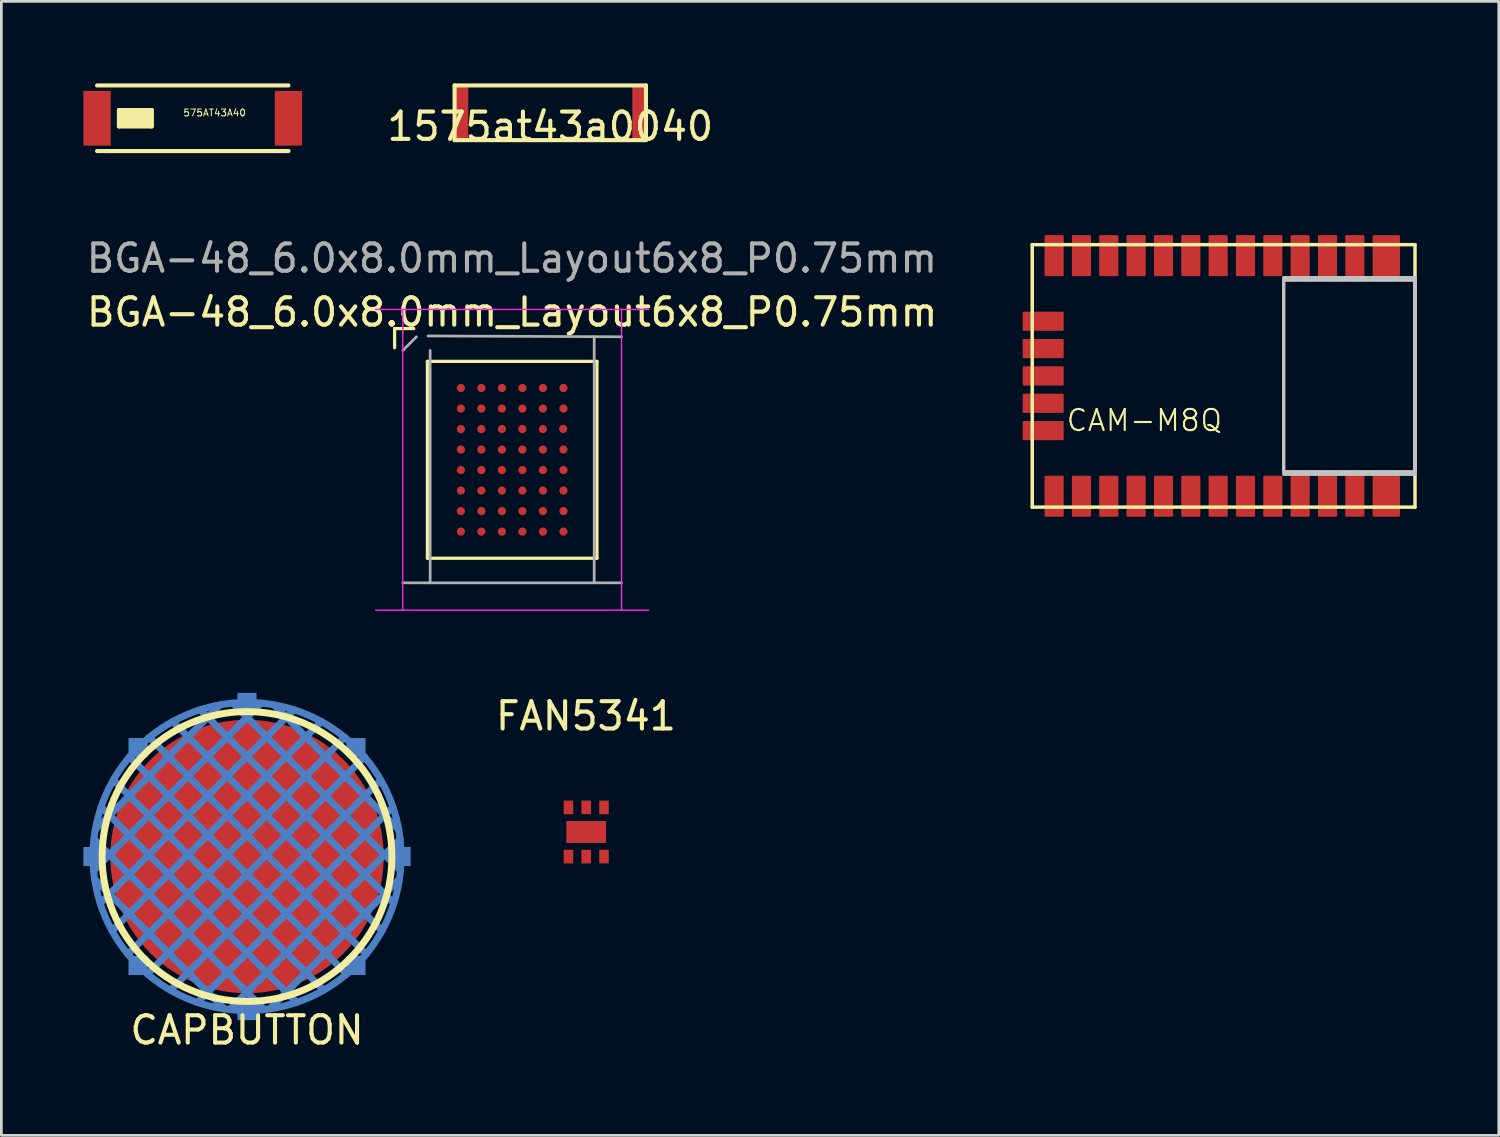
<source format=kicad_pcb>
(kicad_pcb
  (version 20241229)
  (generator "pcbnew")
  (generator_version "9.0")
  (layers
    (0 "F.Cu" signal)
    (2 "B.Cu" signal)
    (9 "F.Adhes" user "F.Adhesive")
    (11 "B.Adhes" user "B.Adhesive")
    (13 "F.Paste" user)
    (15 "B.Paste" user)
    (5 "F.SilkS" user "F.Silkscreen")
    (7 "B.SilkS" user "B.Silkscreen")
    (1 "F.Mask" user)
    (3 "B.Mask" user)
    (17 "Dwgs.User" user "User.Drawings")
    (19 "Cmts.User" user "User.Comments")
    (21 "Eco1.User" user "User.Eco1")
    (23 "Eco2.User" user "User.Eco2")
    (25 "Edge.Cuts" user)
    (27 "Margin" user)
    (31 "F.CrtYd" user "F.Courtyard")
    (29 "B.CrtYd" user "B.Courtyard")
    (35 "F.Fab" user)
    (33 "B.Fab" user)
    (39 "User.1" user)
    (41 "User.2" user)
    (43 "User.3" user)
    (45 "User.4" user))
  (footprint "CAPBUTTON"
    (layer "F.Cu")
    (at 5.985 28.278)
    (property "Reference" "CAPBUTTON" (at 0 6.35 0) (layer "F.SilkS") (effects (font (size 1 1) (thickness 0.15))))
    (attr through_hole)
    (fp_line (start -5.611 0.516) (end 0.516 -5.611) (stroke (width 0.254) (type solid)) (layer "B.Cu"))
    (fp_line (start -5.548 -0.984) (end -0.984 -5.548) (stroke (width 0.254) (type solid)) (layer "B.Cu"))
    (fp_line (start -5.369 1.711) (end 1.711 -5.369) (stroke (width 0.254) (type solid)) (layer "B.Cu"))
    (fp_line (start -4.937 2.716) (end 2.716 -4.937) (stroke (width 0.254) (type solid)) (layer "B.Cu"))
    (fp_line (start -4.358 3.573) (end 3.573 -4.358) (stroke (width 0.254) (type solid)) (layer "B.Cu"))
    (fp_line (start -3.645 4.297) (end 4.297 -3.645) (stroke (width 0.254) (type solid)) (layer "B.Cu"))
    (fp_line (start -2.801 4.89) (end 4.89 -2.801) (stroke (width 0.254) (type solid)) (layer "B.Cu"))
    (fp_line (start -1.811 5.336) (end 5.336 -1.811) (stroke (width 0.254) (type solid)) (layer "B.Cu"))
    (fp_line (start -0.825 5.574) (end -5.574 0.825) (stroke (width 0.254) (type solid)) (layer "B.Cu"))
    (fp_line (start -0.636 5.599) (end 5.599 -0.636) (stroke (width 0.254) (type solid)) (layer "B.Cu"))
    (fp_line (start 0.636 5.599) (end -5.599 -0.636) (stroke (width 0.254) (type solid)) (layer "B.Cu"))
    (fp_line (start 0.825 5.574) (end 5.574 0.825) (stroke (width 0.254) (type solid)) (layer "B.Cu"))
    (fp_line (start 1.811 5.336) (end -5.336 -1.811) (stroke (width 0.254) (type solid)) (layer "B.Cu"))
    (fp_line (start 2.801 4.89) (end -4.89 -2.801) (stroke (width 0.254) (type solid)) (layer "B.Cu"))
    (fp_line (start 3.645 4.297) (end -4.297 -3.645) (stroke (width 0.254) (type solid)) (layer "B.Cu"))
    (fp_line (start 4.358 3.573) (end -3.573 -4.358) (stroke (width 0.254) (type solid)) (layer "B.Cu"))
    (fp_line (start 4.937 2.716) (end -2.716 -4.937) (stroke (width 0.254) (type solid)) (layer "B.Cu"))
    (fp_line (start 5.369 1.711) (end -1.711 -5.369) (stroke (width 0.254) (type solid)) (layer "B.Cu"))
    (fp_line (start 5.548 -0.984) (end 0.984 -5.548) (stroke (width 0.254) (type solid)) (layer "B.Cu"))
    (fp_line (start 5.611 0.516) (end -0.516 -5.611) (stroke (width 0.254) (type solid)) (layer "B.Cu"))
    (fp_circle (center 0 0) (end -5.635 0) (stroke (width 0.254) (type solid)) (fill no) (layer "B.Cu"))
    (fp_circle (center 0 0) (end -5.3 0) (stroke (width 0.254) (type solid)) (fill no) (layer "F.SilkS"))
    (pad "1" smd circle (at 0 0) (size 10 10) (layers "F.Cu"))
    (pad "2" smd rect (at -5.635 0) (size 0.7 0.7) (layers "B.Cu"))
    (pad "2" smd rect (at -3.985 -3.985 90) (size 0.7 0.7) (layers "B.Cu"))
    (pad "2" smd rect (at -3.985 3.985) (size 0.7 0.7) (layers "B.Cu"))
    (pad "2" smd rect (at 0 -5.635) (size 0.7 0.7) (layers "B.Cu"))
    (pad "2" smd rect (at 0 5.635) (size 0.7 0.7) (layers "B.Cu"))
    (pad "2" smd rect (at 3.985 -3.985) (size 0.7 0.7) (layers "B.Cu"))
    (pad "2" smd rect (at 3.985 3.985) (size 0.7 0.7) (layers "B.Cu"))
    (pad "2" smd rect (at 5.635 0) (size 0.7 0.7) (layers "B.Cu")))
  (footprint "575AT43A40"
    (layer "F.Cu")
    (at 4 1.275)
    (property "Reference" "575AT43A40" (at 0.8 -0.2 0) (layer "F.SilkS") (effects (font (size 0.25 0.25) (thickness 0.037))))
    (attr through_hole)
    (fp_line (start -3.5 -1.2) (end 3.5 -1.2) (stroke (width 0.15) (type solid)) (layer "F.SilkS"))
    (fp_line (start -3.5 1.2) (end 3.5 1.2) (stroke (width 0.15) (type solid)) (layer "F.SilkS"))
    (fp_line (start -2.7 -0.3) (end -1.5 -0.3) (stroke (width 0.15) (type solid)) (layer "F.SilkS"))
    (fp_line (start -2.7 -0.2) (end -1.5 -0.2) (stroke (width 0.15) (type solid)) (layer "F.SilkS"))
    (fp_line (start -2.7 0) (end -1.5 0) (stroke (width 0.15) (type solid)) (layer "F.SilkS"))
    (fp_line (start -2.7 0.2) (end -1.5 0.2) (stroke (width 0.15) (type solid)) (layer "F.SilkS"))
    (fp_line (start -2.7 0.3) (end -2.7 -0.3) (stroke (width 0.15) (type solid)) (layer "F.SilkS"))
    (fp_line (start -1.5 -0.3) (end -1.5 0.3) (stroke (width 0.15) (type solid)) (layer "F.SilkS"))
    (fp_line (start -1.5 -0.1) (end -2.7 -0.1) (stroke (width 0.15) (type solid)) (layer "F.SilkS"))
    (fp_line (start -1.5 0.1) (end -2.7 0.1) (stroke (width 0.15) (type solid)) (layer "F.SilkS"))
    (fp_line (start -1.5 0.3) (end -2.7 0.3) (stroke (width 0.15) (type solid)) (layer "F.SilkS"))
    (pad "1" smd rect (at -3.5 0) (size 1 2) (layers "F.Cu" "F.Mask" "F.Paste"))
    (pad "2" smd rect (at 3.5 0) (size 1 2) (layers "F.Cu" "F.Mask" "F.Paste")))
  (footprint "BGA-48_6.0x8.0mm_Layout6x8_P0.75mm"
    (layer "F.Cu")
    (at 15.683 13.768)
    (property "Reference" "BGA-48_6.0x8.0mm_Layout6x8_P0.75mm" (at 0 -5.4 180) (layer "F.SilkS") (effects (font (size 1 1) (thickness 0.15))))
    (attr smd)
    (fp_line (start -4.3 -4.8) (end -3.6 -4.8) (stroke (width 0.12) (type solid)) (layer "F.SilkS"))
    (fp_line (start -4.3 -4.1) (end -4.3 -4.8) (stroke (width 0.12) (type solid)) (layer "F.SilkS"))
    (fp_line (start -3.1 -3.6) (end 3.1 -3.6) (stroke (width 0.12) (type solid)) (layer "F.SilkS"))
    (fp_line (start -3.1 3.6) (end -3.1 -3.6) (stroke (width 0.12) (type solid)) (layer "F.SilkS"))
    (fp_line (start 3.1 -3.6) (end 3.1 3.6) (stroke (width 0.12) (type solid)) (layer "F.SilkS"))
    (fp_line (start 3.1 3.6) (end -3.1 3.6) (stroke (width 0.12) (type solid)) (layer "F.SilkS"))
    (fp_line (start -5 -5.5) (end 5 -5.5) (stroke (width 0.05) (type solid)) (layer "F.CrtYd"))
    (fp_line (start -4 -5.5) (end -4 5.5) (stroke (width 0.05) (type solid)) (layer "F.CrtYd"))
    (fp_line (start 4 5.5) (end 4 -5.5) (stroke (width 0.05) (type solid)) (layer "F.CrtYd"))
    (fp_line (start 5 5.5) (end -5 5.5) (stroke (width 0.05) (type solid)) (layer "F.CrtYd"))
    (fp_line (start -4 -4) (end -3.5 -4.5) (stroke (width 0.1) (type solid)) (layer "F.Fab"))
    (fp_line (start -3.08 -4.53) (end 4 -4.5) (stroke (width 0.1) (type solid)) (layer "F.Fab"))
    (fp_line (start -3 4.5) (end -3 -4) (stroke (width 0.1) (type solid)) (layer "F.Fab"))
    (fp_line (start 3 -4.5) (end 3 4.5) (stroke (width 0.1) (type solid)) (layer "F.Fab"))
    (fp_line (start 4 4.5) (end -4 4.5) (stroke (width 0.1) (type solid)) (layer "F.Fab"))
    (fp_text user "${REFERENCE}" (at -0.01 -7.37 180) (layer "F.Fab") (effects (font (size 1 1) (thickness 0.15))))
    (pad "A1" smd circle (at -1.875 -2.625) (size 0.3 0.3) (layers "F.Cu" "F.Mask" "F.Paste"))
    (pad "A2" smd circle (at -1.125 -2.625) (size 0.3 0.3) (layers "F.Cu" "F.Mask" "F.Paste"))
    (pad "A3" smd circle (at -0.375 -2.625) (size 0.3 0.3) (layers "F.Cu" "F.Mask" "F.Paste"))
    (pad "A4" smd circle (at 0.375 -2.625) (size 0.3 0.3) (layers "F.Cu" "F.Mask" "F.Paste"))
    (pad "A5" smd circle (at 1.125 -2.625) (size 0.3 0.3) (layers "F.Cu" "F.Mask" "F.Paste"))
    (pad "A6" smd circle (at 1.875 -2.625) (size 0.3 0.3) (layers "F.Cu" "F.Mask" "F.Paste"))
    (pad "B1" smd circle (at -1.875 -1.875) (size 0.3 0.3) (layers "F.Cu" "F.Mask" "F.Paste"))
    (pad "B2" smd circle (at -1.125 -1.875) (size 0.3 0.3) (layers "F.Cu" "F.Mask" "F.Paste"))
    (pad "B3" smd circle (at -0.375 -1.875) (size 0.3 0.3) (layers "F.Cu" "F.Mask" "F.Paste"))
    (pad "B4" smd circle (at 0.375 -1.875) (size 0.3 0.3) (layers "F.Cu" "F.Mask" "F.Paste"))
    (pad "B5" smd circle (at 1.125 -1.875) (size 0.3 0.3) (layers "F.Cu" "F.Mask" "F.Paste"))
    (pad "B6" smd circle (at 1.875 -1.875) (size 0.3 0.3) (layers "F.Cu" "F.Mask" "F.Paste"))
    (pad "C1" smd circle (at -1.875 -1.125) (size 0.3 0.3) (layers "F.Cu" "F.Mask" "F.Paste"))
    (pad "C2" smd circle (at -1.125 -1.125) (size 0.3 0.3) (layers "F.Cu" "F.Mask" "F.Paste"))
    (pad "C3" smd circle (at -0.375 -1.125) (size 0.3 0.3) (layers "F.Cu" "F.Mask" "F.Paste"))
    (pad "C4" smd circle (at 0.375 -1.125) (size 0.3 0.3) (layers "F.Cu" "F.Mask" "F.Paste"))
    (pad "C5" smd circle (at 1.125 -1.125) (size 0.3 0.3) (layers "F.Cu" "F.Mask" "F.Paste"))
    (pad "C6" smd circle (at 1.865 -1.129) (size 0.3 0.3) (layers "F.Cu" "F.Mask" "F.Paste"))
    (pad "D1" smd circle (at -1.875 -0.375) (size 0.3 0.3) (layers "F.Cu" "F.Mask" "F.Paste"))
    (pad "D2" smd circle (at -1.125 -0.375) (size 0.3 0.3) (layers "F.Cu" "F.Mask" "F.Paste"))
    (pad "D3" smd circle (at -0.375 -0.375) (size 0.3 0.3) (layers "F.Cu" "F.Mask" "F.Paste"))
    (pad "D4" smd circle (at 0.375 -0.375) (size 0.3 0.3) (layers "F.Cu" "F.Mask" "F.Paste"))
    (pad "D5" smd circle (at 1.125 -0.375) (size 0.3 0.3) (layers "F.Cu" "F.Mask" "F.Paste"))
    (pad "D6" smd circle (at 1.875 -0.375) (size 0.3 0.3) (layers "F.Cu" "F.Mask" "F.Paste"))
    (pad "E1" smd circle (at -1.875 0.375) (size 0.3 0.3) (layers "F.Cu" "F.Mask" "F.Paste"))
    (pad "E2" smd circle (at -1.125 0.375) (size 0.3 0.3) (layers "F.Cu" "F.Mask" "F.Paste"))
    (pad "E3" smd circle (at -0.375 0.375) (size 0.3 0.3) (layers "F.Cu" "F.Mask" "F.Paste"))
    (pad "E4" smd circle (at 0.375 0.375) (size 0.3 0.3) (layers "F.Cu" "F.Mask" "F.Paste"))
    (pad "E5" smd circle (at 1.125 0.375) (size 0.3 0.3) (layers "F.Cu" "F.Mask" "F.Paste"))
    (pad "E6" smd circle (at 1.875 0.375) (size 0.3 0.3) (layers "F.Cu" "F.Mask" "F.Paste"))
    (pad "F1" smd circle (at -1.875 1.125) (size 0.3 0.3) (layers "F.Cu" "F.Mask" "F.Paste"))
    (pad "F2" smd circle (at -1.125 1.125) (size 0.3 0.3) (layers "F.Cu" "F.Mask" "F.Paste"))
    (pad "F3" smd circle (at -0.375 1.125) (size 0.3 0.3) (layers "F.Cu" "F.Mask" "F.Paste"))
    (pad "F4" smd circle (at 0.375 1.125) (size 0.3 0.3) (layers "F.Cu" "F.Mask" "F.Paste"))
    (pad "F5" smd circle (at 1.125 1.125) (size 0.3 0.3) (layers "F.Cu" "F.Mask" "F.Paste"))
    (pad "F6" smd circle (at 1.875 1.125) (size 0.3 0.3) (layers "F.Cu" "F.Mask" "F.Paste"))
    (pad "G1" smd circle (at -1.875 1.875) (size 0.3 0.3) (layers "F.Cu" "F.Mask" "F.Paste"))
    (pad "G2" smd circle (at -1.125 1.875) (size 0.3 0.3) (layers "F.Cu" "F.Mask" "F.Paste"))
    (pad "G3" smd circle (at -0.375 1.875) (size 0.3 0.3) (layers "F.Cu" "F.Mask" "F.Paste"))
    (pad "G4" smd circle (at 0.375 1.875) (size 0.3 0.3) (layers "F.Cu" "F.Mask" "F.Paste"))
    (pad "G5" smd circle (at 1.125 1.875) (size 0.3 0.3) (layers "F.Cu" "F.Mask" "F.Paste"))
    (pad "G6" smd circle (at 1.875 1.875) (size 0.3 0.3) (layers "F.Cu" "F.Mask" "F.Paste"))
    (pad "H1" smd circle (at -1.875 2.625) (size 0.3 0.3) (layers "F.Cu" "F.Mask" "F.Paste"))
    (pad "H2" smd circle (at -1.125 2.625) (size 0.3 0.3) (layers "F.Cu" "F.Mask" "F.Paste"))
    (pad "H3" smd circle (at -0.375 2.625) (size 0.3 0.3) (layers "F.Cu" "F.Mask" "F.Paste"))
    (pad "H4" smd circle (at 0.375 2.625) (size 0.3 0.3) (layers "F.Cu" "F.Mask" "F.Paste"))
    (pad "H5" smd circle (at 1.125 2.625) (size 0.3 0.3) (layers "F.Cu" "F.Mask" "F.Paste"))
    (pad "H6" smd circle (at 1.875 2.625) (size 0.3 0.3) (layers "F.Cu" "F.Mask" "F.Paste")))
  (footprint "1575at43a0040"
    (layer "F.Cu")
    (at 17.077 1.075)
    (property "Reference" "1575at43a0040" (at 0 0.5 0) (layer "F.SilkS") (effects (font (size 1 1) (thickness 0.15))))
    (attr through_hole)
    (fp_line (start -3.5 -1) (end -3.5 1) (stroke (width 0.15) (type solid)) (layer "F.SilkS"))
    (fp_line (start -3.5 1) (end 3.5 1) (stroke (width 0.15) (type solid)) (layer "F.SilkS"))
    (fp_line (start 3.5 -1) (end -3.5 -1) (stroke (width 0.15) (type solid)) (layer "F.SilkS"))
    (fp_line (start 3.5 1) (end 3.5 -1) (stroke (width 0.15) (type solid)) (layer "F.SilkS"))
    (pad "1" smd rect (at -3.25 0) (size 0.5 2) (layers "F.Cu" "F.Mask" "F.Paste"))
    (pad "2" smd rect (at 3.25 0) (size 0.5 2) (layers "F.Cu" "F.Mask" "F.Paste")))
  (footprint "FAN5341"
    (layer "F.Cu")
    (at 18.391 27.381)
    (property "Reference" "FAN5341" (at -0.01 -4.24 0) (layer "F.SilkS") (effects (font (size 1 1) (thickness 0.15))))
    (attr through_hole)
    (pad "1" smd rect (at -0.65 0.9 180) (size 0.35 0.5) (layers "F.Cu" "F.Mask" "F.Paste"))
    (pad "2" smd rect (at 0 0.9 180) (size 0.35 0.5) (layers "F.Cu" "F.Mask" "F.Paste"))
    (pad "3" smd rect (at 0.65 0.9 180) (size 0.35 0.5) (layers "F.Cu" "F.Mask" "F.Paste"))
    (pad "4" smd rect (at 0.65 -0.9 180) (size 0.35 0.5) (layers "F.Cu" "F.Mask" "F.Paste"))
    (pad "5" smd rect (at 0 -0.9 180) (size 0.35 0.5) (layers "F.Cu" "F.Mask" "F.Paste"))
    (pad "6" smd rect (at -0.65 -0.9 180) (size 0.35 0.5) (layers "F.Cu" "F.Mask" "F.Paste"))
    (pad "6" smd rect (at 0 0) (size 1.45 0.8) (layers "F.Cu" "F.Mask" "F.Paste")))
  (footprint "CAM-M8Q"
    (layer "F.Cu")
    (at 41.705 10.7)
    (property "Reference" "CAM-M8Q" (at 0 1.175 180) (layer "F.SilkS") (effects (font (size 0.772 0.772) (thickness 0.077)) (justify right top)))
    (attr through_hole)
    (fp_line (start -7 -4.8) (end -7 4.8) (stroke (width 0.127) (type solid)) (layer "F.SilkS"))
    (fp_line (start -7 4.8) (end 7 4.8) (stroke (width 0.127) (type solid)) (layer "F.SilkS"))
    (fp_line (start 7 -4.8) (end -7 -4.8) (stroke (width 0.127) (type solid)) (layer "F.SilkS"))
    (fp_line (start 7 4.8) (end 7 -4.8) (stroke (width 0.127) (type solid)) (layer "F.SilkS"))
    (fp_poly (pts (xy 2.2 3.5) (xy 7 3.5) (xy 7 -3.5) (xy 2.2 -3.5)) (stroke (width 0.1) (type solid)) (fill no) (layer "Dwgs.User"))
    (fp_poly (pts (xy 2.2 3.5) (xy 7 3.5) (xy 7 -3.5) (xy 2.2 -3.5)) (stroke (width 0.1) (type solid)) (fill no) (layer "Dwgs.User"))
    (fp_poly (pts (xy 2.2 3.6) (xy 7 3.6) (xy 7 -3.6) (xy 2.2 -3.6)) (stroke (width 0.1) (type solid)) (fill no) (layer "Dwgs.User"))
    (fp_poly (pts (xy 2.2 3.6) (xy 7 3.6) (xy 7 -3.6) (xy 2.2 -3.6)) (stroke (width 0.1) (type solid)) (fill no) (layer "Dwgs.User"))
    (pad "1" smd roundrect (at -6.2 4.4 90) (size 1.5 0.7) (layers "F.Cu" "F.Mask" "F.Paste") (roundrect_rratio 0.05))
    (pad "2" smd roundrect (at -5.2 4.4 90) (size 1.5 0.7) (layers "F.Cu" "F.Mask" "F.Paste") (roundrect_rratio 0.05))
    (pad "3" smd roundrect (at -4.2 4.4 90) (size 1.5 0.7) (layers "F.Cu" "F.Mask" "F.Paste") (roundrect_rratio 0.05))
    (pad "4" smd roundrect (at -3.2 4.4 90) (size 1.5 0.7) (layers "F.Cu" "F.Mask" "F.Paste") (roundrect_rratio 0.05))
    (pad "5" smd roundrect (at -2.2 4.4 90) (size 1.5 0.7) (layers "F.Cu" "F.Mask" "F.Paste") (roundrect_rratio 0.05))
    (pad "6" smd roundrect (at -1.2 4.4 90) (size 1.5 0.7) (layers "F.Cu" "F.Mask" "F.Paste") (roundrect_rratio 0.05))
    (pad "7" smd roundrect (at -0.2 4.4 90) (size 1.5 0.7) (layers "F.Cu" "F.Mask" "F.Paste") (roundrect_rratio 0.05))
    (pad "8" smd roundrect (at 0.8 4.4 90) (size 1.5 0.7) (layers "F.Cu" "F.Mask" "F.Paste") (roundrect_rratio 0.05))
    (pad "9" smd roundrect (at 1.8 4.4 90) (size 1.5 0.7) (layers "F.Cu" "F.Mask" "F.Paste") (roundrect_rratio 0.05))
    (pad "10" smd roundrect (at 2.8 4.4 90) (size 1.5 0.7) (layers "F.Cu" "F.Mask" "F.Paste") (roundrect_rratio 0.05))
    (pad "11" smd roundrect (at 3.8 4.4 90) (size 1.5 0.7) (layers "F.Cu" "F.Mask" "F.Paste") (roundrect_rratio 0.05))
    (pad "12" smd roundrect (at 4.8 4.4 90) (size 1.5 0.7) (layers "F.Cu" "F.Mask" "F.Paste") (roundrect_rratio 0.05))
    (pad "13" smd roundrect (at 5.95 4.4 90) (size 1.5 1) (layers "F.Cu" "F.Mask" "F.Paste") (roundrect_rratio 0.05))
    (pad "14" smd roundrect (at 5.95 -4.4 90) (size 1.5 1) (layers "F.Cu" "F.Mask" "F.Paste") (roundrect_rratio 0.05))
    (pad "15" smd roundrect (at 4.8 -4.4 90) (size 1.5 0.7) (layers "F.Cu" "F.Mask" "F.Paste") (roundrect_rratio 0.05))
    (pad "16" smd roundrect (at 3.8 -4.4 90) (size 1.5 0.7) (layers "F.Cu" "F.Mask" "F.Paste") (roundrect_rratio 0.05))
    (pad "17" smd roundrect (at 2.8 -4.4 90) (size 1.5 0.7) (layers "F.Cu" "F.Mask" "F.Paste") (roundrect_rratio 0.05))
    (pad "18" smd roundrect (at 1.8 -4.4 90) (size 1.5 0.7) (layers "F.Cu" "F.Mask" "F.Paste") (roundrect_rratio 0.05))
    (pad "19" smd roundrect (at 0.8 -4.4 90) (size 1.5 0.7) (layers "F.Cu" "F.Mask" "F.Paste") (roundrect_rratio 0.05))
    (pad "20" smd roundrect (at -0.2 -4.4 90) (size 1.5 0.7) (layers "F.Cu" "F.Mask" "F.Paste") (roundrect_rratio 0.05))
    (pad "21" smd roundrect (at -1.2 -4.4 90) (size 1.5 0.7) (layers "F.Cu" "F.Mask" "F.Paste") (roundrect_rratio 0.05))
    (pad "22" smd roundrect (at -2.2 -4.4 90) (size 1.5 0.7) (layers "F.Cu" "F.Mask" "F.Paste") (roundrect_rratio 0.05))
    (pad "23" smd roundrect (at -3.2 -4.4 90) (size 1.5 0.7) (layers "F.Cu" "F.Mask" "F.Paste") (roundrect_rratio 0.05))
    (pad "24" smd roundrect (at -4.2 -4.4 90) (size 1.5 0.7) (layers "F.Cu" "F.Mask" "F.Paste") (roundrect_rratio 0.05))
    (pad "25" smd roundrect (at -5.2 -4.4 90) (size 1.5 0.7) (layers "F.Cu" "F.Mask" "F.Paste") (roundrect_rratio 0.05))
    (pad "26" smd roundrect (at -6.2 -4.4 90) (size 1.5 0.7) (layers "F.Cu" "F.Mask" "F.Paste") (roundrect_rratio 0.05))
    (pad "27" smd roundrect (at -6.6 -2 180) (size 1.5 0.7) (layers "F.Cu" "F.Mask" "F.Paste") (roundrect_rratio 0.05))
    (pad "28" smd roundrect (at -6.6 -1 180) (size 1.5 0.7) (layers "F.Cu" "F.Mask" "F.Paste") (roundrect_rratio 0.05))
    (pad "29" smd roundrect (at -6.6 0 180) (size 1.5 0.7) (layers "F.Cu" "F.Mask" "F.Paste") (roundrect_rratio 0.05))
    (pad "30" smd roundrect (at -6.6 1 180) (size 1.5 0.7) (layers "F.Cu" "F.Mask" "F.Paste") (roundrect_rratio 0.05))
    (pad "31" smd roundrect (at -6.6 2 180) (size 1.5 0.7) (layers "F.Cu" "F.Mask" "F.Paste") (roundrect_rratio 0.05)))
  (gr_rect
    (start -3 -3)
    (end 51.769 38.477)
    (stroke (width 0.1) (type default))
    (fill no)
    (layer "Edge.Cuts")))
</source>
